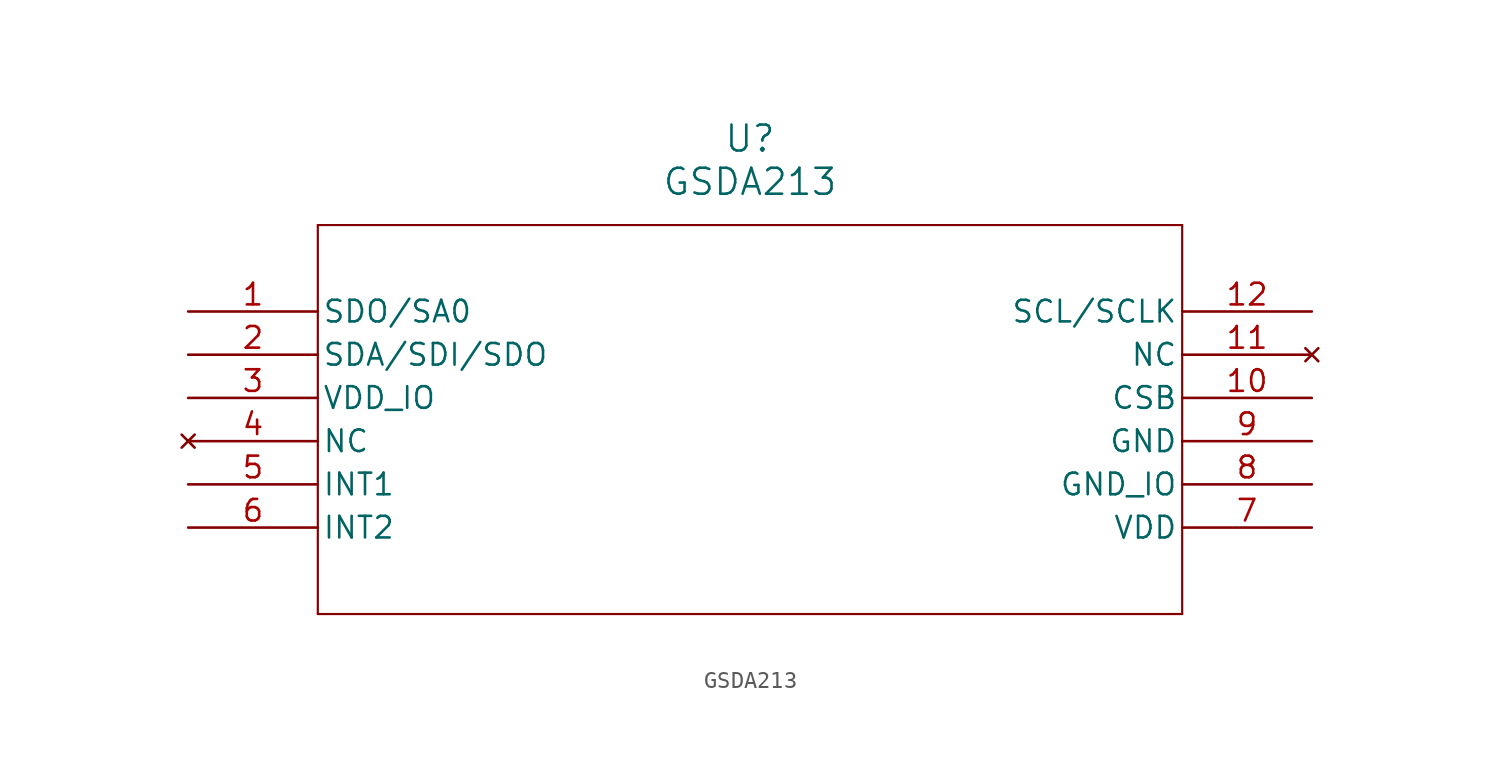
<source format=kicad_sym>
(kicad_symbol_lib
  (version 20211014)
  (generator kicad_symbol_editor)
  (symbol "GSDA213"
    (pin_names
      (offset 0.254))
    (property "Reference" "U"
      (at 33.02 10.16 0)
      (effects (font (size 1.524 1.524))))
    (property "Value" "GSDA213"
      (at 33.02 7.62 0)
      (effects (font (size 1.524 1.524))))
    (symbol "GSDA213_0_1"
      (polyline (pts (xy 7.62 5.08) (xy 7.62 -17.78)) (stroke (width 0.127) (type default) (color 0 0 0 0)) (fill (type none)))
      (polyline (pts (xy 7.62 -17.78) (xy 58.42 -17.78)) (stroke (width 0.127) (type default) (color 0 0 0 0)) (fill (type none)))
      (polyline (pts (xy 58.42 -17.78) (xy 58.42 5.08)) (stroke (width 0.127) (type default) (color 0 0 0 0)) (fill (type none)))
      (polyline (pts (xy 58.42 5.08) (xy 7.62 5.08)) (stroke (width 0.127) (type default) (color 0 0 0 0)) (fill (type none)))
      (pin output line (at 0 0 0) (length 7.62) (name "SDO/SA0" (effects (font (size 1.27 1.27)))) (number "1" (effects (font (size 1.27 1.27)))))
      (pin bidirectional line (at 0 -2.54 0) (length 7.62) (name "SDA/SDI/SDO" (effects (font (size 1.27 1.27)))) (number "2" (effects (font (size 1.27 1.27)))))
      (pin power_in line (at 0 -5.08 0) (length 7.62) (name "VDD_IO" (effects (font (size 1.27 1.27)))) (number "3" (effects (font (size 1.27 1.27)))))
      (pin no_connect line (at 0 -7.62 0) (length 7.62) (name "NC" (effects (font (size 1.27 1.27)))) (number "4" (effects (font (size 1.27 1.27)))))
      (pin output line (at 0 -10.16 0) (length 7.62) (name "INT1" (effects (font (size 1.27 1.27)))) (number "5" (effects (font (size 1.27 1.27)))))
      (pin output line (at 0 -12.7 0) (length 7.62) (name "INT2" (effects (font (size 1.27 1.27)))) (number "6" (effects (font (size 1.27 1.27)))))
      (pin power_in line (at 66.04 -12.7 180) (length 7.62) (name "VDD" (effects (font (size 1.27 1.27)))) (number "7" (effects (font (size 1.27 1.27)))))
      (pin power_out line (at 66.04 -10.16 180) (length 7.62) (name "GND_IO" (effects (font (size 1.27 1.27)))) (number "8" (effects (font (size 1.27 1.27)))))
      (pin power_out line (at 66.04 -7.62 180) (length 7.62) (name "GND" (effects (font (size 1.27 1.27)))) (number "9" (effects (font (size 1.27 1.27)))))
      (pin input line (at 66.04 -5.08 180) (length 7.62) (name "CSB" (effects (font (size 1.27 1.27)))) (number "10" (effects (font (size 1.27 1.27)))))
      (pin no_connect line (at 66.04 -2.54 180) (length 7.62) (name "NC" (effects (font (size 1.27 1.27)))) (number "11" (effects (font (size 1.27 1.27)))))
      (pin input line (at 66.04 0 180) (length 7.62) (name "SCL/SCLK" (effects (font (size 1.27 1.27)))) (number "12" (effects (font (size 1.27 1.27))))))))
</source>
